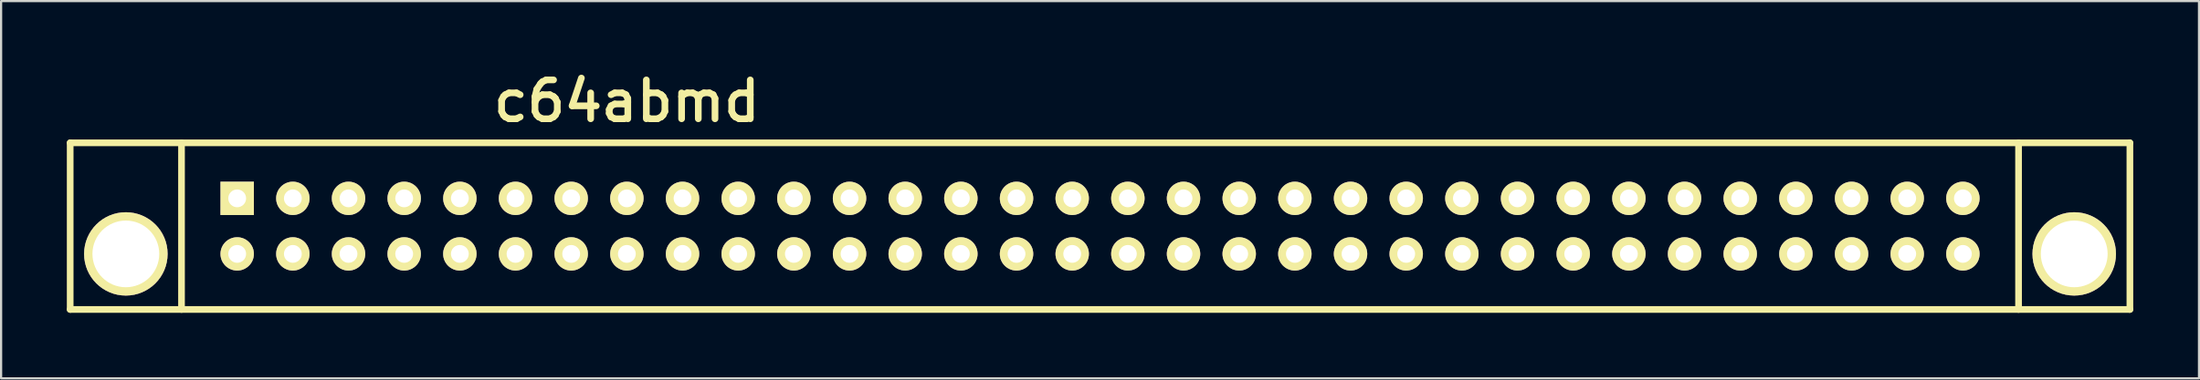
<source format=kicad_pcb>
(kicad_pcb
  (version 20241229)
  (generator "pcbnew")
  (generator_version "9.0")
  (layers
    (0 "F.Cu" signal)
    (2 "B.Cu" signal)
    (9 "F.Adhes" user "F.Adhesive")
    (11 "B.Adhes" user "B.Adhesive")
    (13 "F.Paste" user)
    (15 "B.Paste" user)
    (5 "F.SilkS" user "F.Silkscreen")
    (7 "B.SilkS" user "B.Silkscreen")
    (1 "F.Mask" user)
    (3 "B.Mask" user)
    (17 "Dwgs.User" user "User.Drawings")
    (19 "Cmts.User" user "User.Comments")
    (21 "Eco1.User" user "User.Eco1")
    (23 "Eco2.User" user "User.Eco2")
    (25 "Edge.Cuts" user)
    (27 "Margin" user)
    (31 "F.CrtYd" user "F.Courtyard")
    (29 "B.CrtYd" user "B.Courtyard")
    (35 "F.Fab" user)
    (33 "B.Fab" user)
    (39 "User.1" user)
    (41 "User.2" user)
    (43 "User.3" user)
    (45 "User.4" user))
  (footprint "c64abmd"
    (layer "F.Cu")
    (at 47.142 7.29)
    (property "Reference" "c64abmd" (at -21.59 -5.715 0) (layer "F.SilkS") (effects (font (size 1.778 1.778) (thickness 0.305))))
    (attr through_hole)
    (fp_line (start -46.99 -3.81) (end 46.99 -3.81) (stroke (width 0.305) (type solid)) (layer "F.SilkS"))
    (fp_line (start -46.99 3.81) (end -46.99 -3.81) (stroke (width 0.305) (type solid)) (layer "F.SilkS"))
    (fp_line (start -46.99 3.81) (end 46.99 3.81) (stroke (width 0.305) (type solid)) (layer "F.SilkS"))
    (fp_line (start -41.91 3.81) (end -41.91 -3.81) (stroke (width 0.305) (type solid)) (layer "F.SilkS"))
    (fp_line (start 41.91 3.81) (end 41.91 -3.81) (stroke (width 0.305) (type solid)) (layer "F.SilkS"))
    (fp_line (start 46.99 -3.81) (end 46.99 3.81) (stroke (width 0.305) (type solid)) (layer "F.SilkS"))
    (pad "65" thru_hole circle (at -44.45 1.27) (size 3.81 3.81) (drill 3.048) (layers "*.Cu" "*.Mask" "F.SilkS"))
    (pad "66" thru_hole circle (at 44.45 1.27) (size 3.81 3.81) (drill 3.048) (layers "*.Cu" "*.Mask" "F.SilkS"))
    (pad "A1" thru_hole rect (at -39.37 -1.27) (size 1.524 1.524) (drill 0.813) (layers "*.Cu" "*.Mask" "F.SilkS"))
    (pad "A2" thru_hole circle (at -36.83 -1.27) (size 1.524 1.524) (drill 0.813) (layers "*.Cu" "*.Mask" "F.SilkS"))
    (pad "A3" thru_hole circle (at -34.29 -1.27) (size 1.524 1.524) (drill 0.813) (layers "*.Cu" "*.Mask" "F.SilkS"))
    (pad "A4" thru_hole circle (at -31.75 -1.27) (size 1.524 1.524) (drill 0.813) (layers "*.Cu" "*.Mask" "F.SilkS"))
    (pad "A5" thru_hole circle (at -29.21 -1.27) (size 1.524 1.524) (drill 0.813) (layers "*.Cu" "*.Mask" "F.SilkS"))
    (pad "A6" thru_hole circle (at -26.67 -1.27) (size 1.524 1.524) (drill 0.813) (layers "*.Cu" "*.Mask" "F.SilkS"))
    (pad "A7" thru_hole circle (at -24.13 -1.27) (size 1.524 1.524) (drill 0.813) (layers "*.Cu" "*.Mask" "F.SilkS"))
    (pad "A8" thru_hole circle (at -21.59 -1.27) (size 1.524 1.524) (drill 0.813) (layers "*.Cu" "*.Mask" "F.SilkS"))
    (pad "A9" thru_hole circle (at -19.05 -1.27) (size 1.524 1.524) (drill 0.813) (layers "*.Cu" "*.Mask" "F.SilkS"))
    (pad "A10" thru_hole circle (at -16.51 -1.27) (size 1.524 1.524) (drill 0.813) (layers "*.Cu" "*.Mask" "F.SilkS"))
    (pad "A11" thru_hole circle (at -13.97 -1.27) (size 1.524 1.524) (drill 0.813) (layers "*.Cu" "*.Mask" "F.SilkS"))
    (pad "A12" thru_hole circle (at -11.43 -1.27) (size 1.524 1.524) (drill 0.813) (layers "*.Cu" "*.Mask" "F.SilkS"))
    (pad "A13" thru_hole circle (at -8.89 -1.27) (size 1.524 1.524) (drill 0.813) (layers "*.Cu" "*.Mask" "F.SilkS"))
    (pad "A14" thru_hole circle (at -6.35 -1.27) (size 1.524 1.524) (drill 0.813) (layers "*.Cu" "*.Mask" "F.SilkS"))
    (pad "A15" thru_hole circle (at -3.81 -1.27) (size 1.524 1.524) (drill 0.813) (layers "*.Cu" "*.Mask" "F.SilkS"))
    (pad "A16" thru_hole circle (at -1.27 -1.27) (size 1.524 1.524) (drill 0.813) (layers "*.Cu" "*.Mask" "F.SilkS"))
    (pad "A17" thru_hole circle (at 1.27 -1.27) (size 1.524 1.524) (drill 0.813) (layers "*.Cu" "*.Mask" "F.SilkS"))
    (pad "A18" thru_hole circle (at 3.81 -1.27) (size 1.524 1.524) (drill 0.813) (layers "*.Cu" "*.Mask" "F.SilkS"))
    (pad "A19" thru_hole circle (at 6.35 -1.27) (size 1.524 1.524) (drill 0.813) (layers "*.Cu" "*.Mask" "F.SilkS"))
    (pad "A20" thru_hole circle (at 8.89 -1.27) (size 1.524 1.524) (drill 0.813) (layers "*.Cu" "*.Mask" "F.SilkS"))
    (pad "A21" thru_hole circle (at 11.43 -1.27) (size 1.524 1.524) (drill 0.813) (layers "*.Cu" "*.Mask" "F.SilkS"))
    (pad "A22" thru_hole circle (at 13.97 -1.27) (size 1.524 1.524) (drill 0.813) (layers "*.Cu" "*.Mask" "F.SilkS"))
    (pad "A23" thru_hole circle (at 16.51 -1.27) (size 1.524 1.524) (drill 0.813) (layers "*.Cu" "*.Mask" "F.SilkS"))
    (pad "A24" thru_hole circle (at 19.05 -1.27) (size 1.524 1.524) (drill 0.813) (layers "*.Cu" "*.Mask" "F.SilkS"))
    (pad "A25" thru_hole circle (at 21.59 -1.27) (size 1.524 1.524) (drill 0.813) (layers "*.Cu" "*.Mask" "F.SilkS"))
    (pad "A26" thru_hole circle (at 24.13 -1.27) (size 1.524 1.524) (drill 0.813) (layers "*.Cu" "*.Mask" "F.SilkS"))
    (pad "A27" thru_hole circle (at 26.67 -1.27) (size 1.524 1.524) (drill 0.813) (layers "*.Cu" "*.Mask" "F.SilkS"))
    (pad "A28" thru_hole circle (at 29.21 -1.27) (size 1.524 1.524) (drill 0.813) (layers "*.Cu" "*.Mask" "F.SilkS"))
    (pad "A29" thru_hole circle (at 31.75 -1.27) (size 1.524 1.524) (drill 0.813) (layers "*.Cu" "*.Mask" "F.SilkS"))
    (pad "A30" thru_hole circle (at 34.29 -1.27) (size 1.524 1.524) (drill 0.813) (layers "*.Cu" "*.Mask" "F.SilkS"))
    (pad "A31" thru_hole circle (at 36.83 -1.27) (size 1.524 1.524) (drill 0.813) (layers "*.Cu" "*.Mask" "F.SilkS"))
    (pad "A32" thru_hole circle (at 39.37 -1.27) (size 1.524 1.524) (drill 0.813) (layers "*.Cu" "*.Mask" "F.SilkS"))
    (pad "B1" thru_hole circle (at -39.37 1.27) (size 1.524 1.524) (drill 0.813) (layers "*.Cu" "*.Mask" "F.SilkS"))
    (pad "B2" thru_hole circle (at -36.83 1.27) (size 1.524 1.524) (drill 0.813) (layers "*.Cu" "*.Mask" "F.SilkS"))
    (pad "B3" thru_hole circle (at -34.29 1.27) (size 1.524 1.524) (drill 0.813) (layers "*.Cu" "*.Mask" "F.SilkS"))
    (pad "B4" thru_hole circle (at -31.75 1.27) (size 1.524 1.524) (drill 0.813) (layers "*.Cu" "*.Mask" "F.SilkS"))
    (pad "B5" thru_hole circle (at -29.21 1.27) (size 1.524 1.524) (drill 0.813) (layers "*.Cu" "*.Mask" "F.SilkS"))
    (pad "B6" thru_hole circle (at -26.67 1.27) (size 1.524 1.524) (drill 0.813) (layers "*.Cu" "*.Mask" "F.SilkS"))
    (pad "B7" thru_hole circle (at -24.13 1.27) (size 1.524 1.524) (drill 0.813) (layers "*.Cu" "*.Mask" "F.SilkS"))
    (pad "B8" thru_hole circle (at -21.59 1.27) (size 1.524 1.524) (drill 0.813) (layers "*.Cu" "*.Mask" "F.SilkS"))
    (pad "B9" thru_hole circle (at -19.05 1.27) (size 1.524 1.524) (drill 0.813) (layers "*.Cu" "*.Mask" "F.SilkS"))
    (pad "B10" thru_hole circle (at -16.51 1.27) (size 1.524 1.524) (drill 0.813) (layers "*.Cu" "*.Mask" "F.SilkS"))
    (pad "B11" thru_hole circle (at -13.97 1.27) (size 1.524 1.524) (drill 0.813) (layers "*.Cu" "*.Mask" "F.SilkS"))
    (pad "B12" thru_hole circle (at -11.43 1.27) (size 1.524 1.524) (drill 0.813) (layers "*.Cu" "*.Mask" "F.SilkS"))
    (pad "B13" thru_hole circle (at -8.89 1.27) (size 1.524 1.524) (drill 0.813) (layers "*.Cu" "*.Mask" "F.SilkS"))
    (pad "B14" thru_hole circle (at -6.35 1.27) (size 1.524 1.524) (drill 0.813) (layers "*.Cu" "*.Mask" "F.SilkS"))
    (pad "B15" thru_hole circle (at -3.81 1.27) (size 1.524 1.524) (drill 0.813) (layers "*.Cu" "*.Mask" "F.SilkS"))
    (pad "B16" thru_hole circle (at -1.27 1.27) (size 1.524 1.524) (drill 0.813) (layers "*.Cu" "*.Mask" "F.SilkS"))
    (pad "B17" thru_hole circle (at 1.27 1.27) (size 1.524 1.524) (drill 0.813) (layers "*.Cu" "*.Mask" "F.SilkS"))
    (pad "B18" thru_hole circle (at 3.81 1.27) (size 1.524 1.524) (drill 0.813) (layers "*.Cu" "*.Mask" "F.SilkS"))
    (pad "B19" thru_hole circle (at 6.35 1.27) (size 1.524 1.524) (drill 0.813) (layers "*.Cu" "*.Mask" "F.SilkS"))
    (pad "B20" thru_hole circle (at 8.89 1.27) (size 1.524 1.524) (drill 0.813) (layers "*.Cu" "*.Mask" "F.SilkS"))
    (pad "B21" thru_hole circle (at 11.43 1.27) (size 1.524 1.524) (drill 0.813) (layers "*.Cu" "*.Mask" "F.SilkS"))
    (pad "B22" thru_hole circle (at 13.97 1.27) (size 1.524 1.524) (drill 0.813) (layers "*.Cu" "*.Mask" "F.SilkS"))
    (pad "B23" thru_hole circle (at 16.51 1.27) (size 1.524 1.524) (drill 0.813) (layers "*.Cu" "*.Mask" "F.SilkS"))
    (pad "B24" thru_hole circle (at 19.05 1.27) (size 1.524 1.524) (drill 0.813) (layers "*.Cu" "*.Mask" "F.SilkS"))
    (pad "B25" thru_hole circle (at 21.59 1.27) (size 1.524 1.524) (drill 0.813) (layers "*.Cu" "*.Mask" "F.SilkS"))
    (pad "B26" thru_hole circle (at 24.13 1.27) (size 1.524 1.524) (drill 0.813) (layers "*.Cu" "*.Mask" "F.SilkS"))
    (pad "B27" thru_hole circle (at 26.67 1.27) (size 1.524 1.524) (drill 0.813) (layers "*.Cu" "*.Mask" "F.SilkS"))
    (pad "B28" thru_hole circle (at 29.21 1.27) (size 1.524 1.524) (drill 0.813) (layers "*.Cu" "*.Mask" "F.SilkS"))
    (pad "B29" thru_hole circle (at 31.75 1.27) (size 1.524 1.524) (drill 0.813) (layers "*.Cu" "*.Mask" "F.SilkS"))
    (pad "B30" thru_hole circle (at 34.29 1.27) (size 1.524 1.524) (drill 0.813) (layers "*.Cu" "*.Mask" "F.SilkS"))
    (pad "B31" thru_hole circle (at 36.83 1.27) (size 1.524 1.524) (drill 0.813) (layers "*.Cu" "*.Mask" "F.SilkS"))
    (pad "B32" thru_hole circle (at 39.37 1.27) (size 1.524 1.524) (drill 0.813) (layers "*.Cu" "*.Mask" "F.SilkS")))
  (gr_rect
    (start -3 -3)
    (end 97.285 14.252)
    (stroke (width 0.1) (type default))
    (fill no)
    (layer "Edge.Cuts")))
</source>
